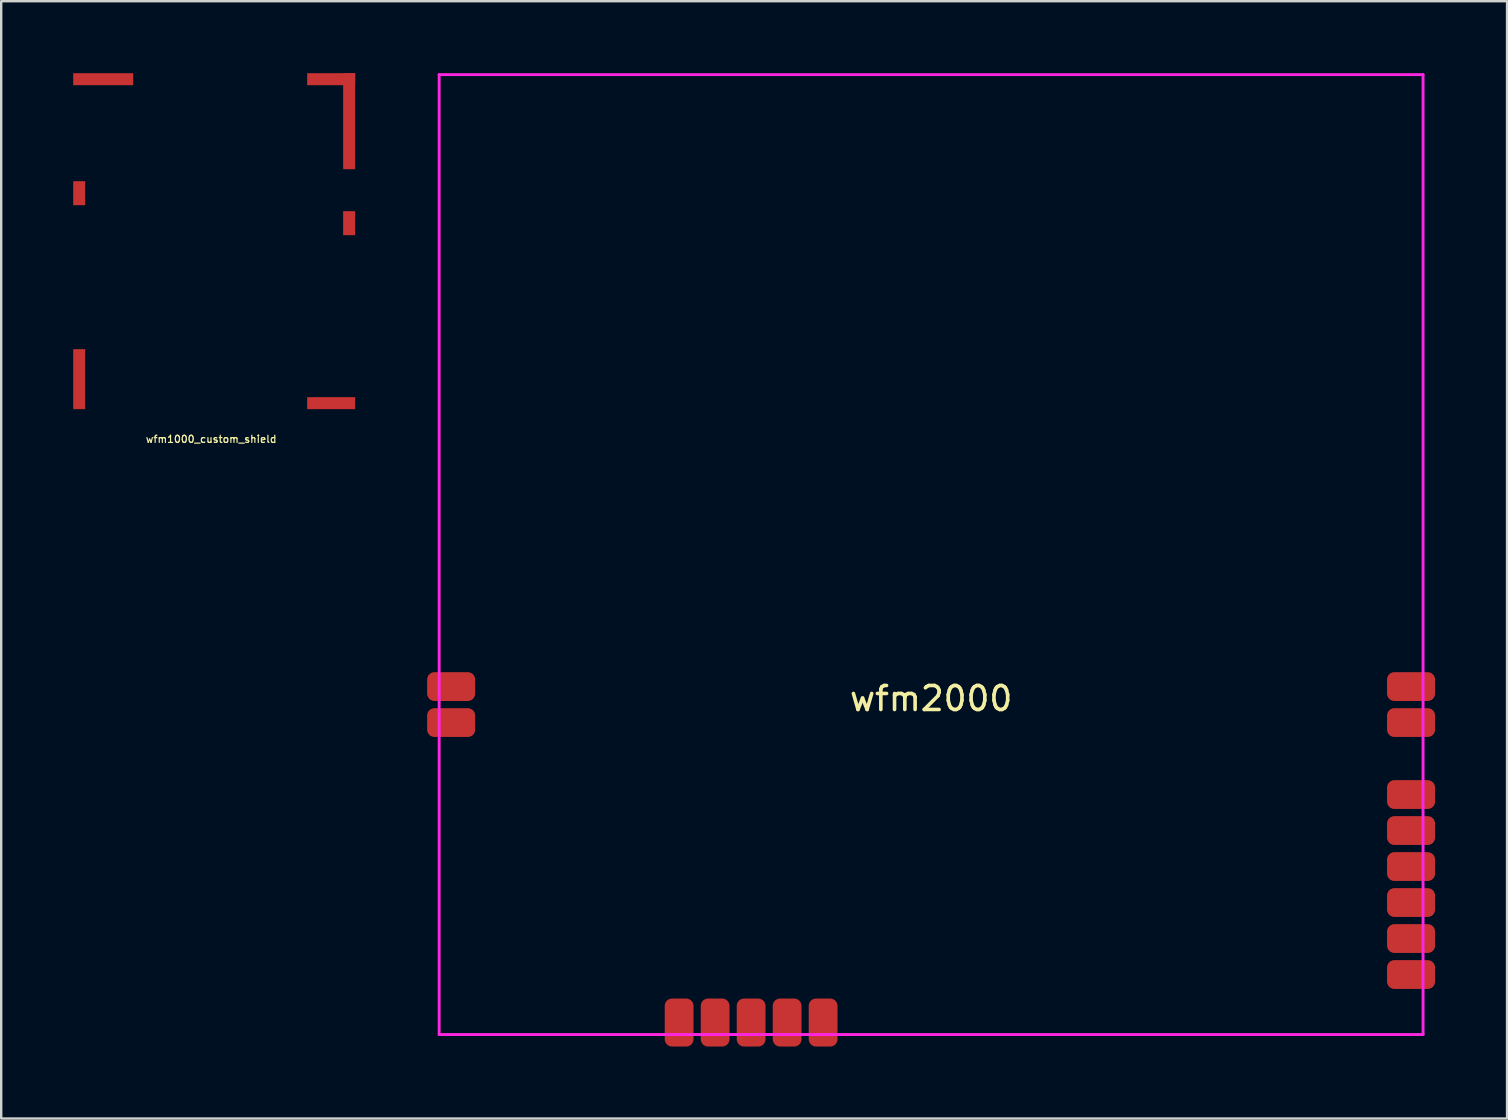
<source format=kicad_pcb>
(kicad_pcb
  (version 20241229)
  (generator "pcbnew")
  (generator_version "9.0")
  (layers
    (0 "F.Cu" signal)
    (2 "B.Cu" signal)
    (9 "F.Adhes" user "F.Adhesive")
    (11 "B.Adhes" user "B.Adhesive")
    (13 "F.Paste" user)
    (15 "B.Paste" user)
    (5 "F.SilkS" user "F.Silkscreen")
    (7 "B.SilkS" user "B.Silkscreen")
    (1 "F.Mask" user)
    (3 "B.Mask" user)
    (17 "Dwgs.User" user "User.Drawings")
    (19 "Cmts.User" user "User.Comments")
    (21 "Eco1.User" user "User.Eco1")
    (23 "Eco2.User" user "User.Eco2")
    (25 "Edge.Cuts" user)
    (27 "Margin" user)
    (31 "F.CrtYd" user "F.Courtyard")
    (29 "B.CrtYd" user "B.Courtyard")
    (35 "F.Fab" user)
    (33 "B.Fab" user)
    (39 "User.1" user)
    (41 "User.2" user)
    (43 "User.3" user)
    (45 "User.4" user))
  (footprint "wfm2000"
    (layer "F.Cu")
    (at 35.75 25.56)
    (property "Reference" "wfm2000" (at 0 0.5 0) (layer "F.SilkS") (effects (font (size 1 1) (thickness 0.15))))
    (attr through_hole)
    (fp_line (start -20.5 -25.5) (end -20.5 14.5) (stroke (width 0.12) (type solid)) (layer "F.CrtYd"))
    (fp_line (start -20.5 14.5) (end 20.5 14.5) (stroke (width 0.12) (type solid)) (layer "F.CrtYd"))
    (fp_line (start 20.5 -25.5) (end -20.5 -25.5) (stroke (width 0.12) (type solid)) (layer "F.CrtYd"))
    (fp_line (start 20.5 14.5) (end 20.5 -25.5) (stroke (width 0.12) (type solid)) (layer "F.CrtYd"))
    (pad "1" smd roundrect (at -20 0) (size 2 1.2) (layers "F.Cu" "F.Mask" "F.Paste") (roundrect_rratio 0.25))
    (pad "2" smd roundrect (at -20 1.5) (size 2 1.2) (layers "F.Cu" "F.Mask" "F.Paste") (roundrect_rratio 0.25))
    (pad "3" smd roundrect (at -10.5 14 90) (size 2 1.2) (layers "F.Cu" "F.Mask" "F.Paste") (roundrect_rratio 0.25))
    (pad "4" smd roundrect (at -9 14 90) (size 2 1.2) (layers "F.Cu" "F.Mask" "F.Paste") (roundrect_rratio 0.25))
    (pad "5" smd roundrect (at -7.5 14 90) (size 2 1.2) (layers "F.Cu" "F.Mask" "F.Paste") (roundrect_rratio 0.25))
    (pad "6" smd roundrect (at -6 14 90) (size 2 1.2) (layers "F.Cu" "F.Mask" "F.Paste") (roundrect_rratio 0.25))
    (pad "7" smd roundrect (at -4.5 14 90) (size 2 1.2) (layers "F.Cu" "F.Mask" "F.Paste") (roundrect_rratio 0.25))
    (pad "8" smd roundrect (at 20 12 180) (size 2 1.2) (layers "F.Cu" "F.Mask" "F.Paste") (roundrect_rratio 0.25))
    (pad "9" smd roundrect (at 20 10.5 180) (size 2 1.2) (layers "F.Cu" "F.Mask" "F.Paste") (roundrect_rratio 0.25))
    (pad "10" smd roundrect (at 20 9 180) (size 2 1.2) (layers "F.Cu" "F.Mask" "F.Paste") (roundrect_rratio 0.25))
    (pad "11" smd roundrect (at 20 7.5 180) (size 2 1.2) (layers "F.Cu" "F.Mask" "F.Paste") (roundrect_rratio 0.25))
    (pad "12" smd roundrect (at 20 6 180) (size 2 1.2) (layers "F.Cu" "F.Mask" "F.Paste") (roundrect_rratio 0.25))
    (pad "13" smd roundrect (at 20 4.5 180) (size 2 1.2) (layers "F.Cu" "F.Mask" "F.Paste") (roundrect_rratio 0.25))
    (pad "14" smd roundrect (at 20 1.5 180) (size 2 1.2) (layers "F.Cu" "F.Mask" "F.Paste") (roundrect_rratio 0.25))
    (pad "15" smd roundrect (at 20 0 180) (size 2 1.2) (layers "F.Cu" "F.Mask" "F.Paste") (roundrect_rratio 0.25)))
  (footprint "wfm1000_custom_shield"
    (layer "F.Cu")
    (at 5.875 7)
    (property "Reference" "wfm1000_custom_shield" (at -0.125 8.25 0) (layer "F.SilkS") (effects (font (size 0.3 0.3) (thickness 0.05))))
    (attr exclude_from_pos_files exclude_from_bom)
    (fp_line (start -5.625 -6.75) (end 5.625 -6.75) (stroke (width 0.35) (type solid)) (layer "Eco1.User"))
    (fp_line (start -5.625 6.75) (end -5.625 -6.75) (stroke (width 0.35) (type solid)) (layer "Eco1.User"))
    (fp_line (start 5.625 -6.75) (end 5.625 6.75) (stroke (width 0.35) (type solid)) (layer "Eco1.User"))
    (fp_line (start 5.625 6.75) (end -5.625 6.75) (stroke (width 0.35) (type solid)) (layer "Eco1.User"))
    (pad "1" smd rect (at -5.625 -2 90) (size 1 0.5) (layers "F.Cu" "F.Mask"))
    (pad "1" smd rect (at -5.625 5.75 90) (size 2.5 0.5) (layers "F.Cu" "F.Mask"))
    (pad "1" smd rect (at -4.625 -6.75 90) (size 0.5 2.5) (layers "F.Cu" "F.Mask"))
    (pad "1" smd rect (at 4.875 -6.75) (size 2 0.5) (layers "F.Cu" "F.Mask"))
    (pad "1" smd rect (at 4.875 6.75) (size 2 0.5) (layers "F.Cu" "F.Mask"))
    (pad "1" smd rect (at 5.625 -5) (size 0.5 4) (layers "F.Cu" "F.Mask"))
    (pad "1" smd rect (at 5.625 -0.75 90) (size 1 0.5) (layers "F.Cu" "F.Mask")))
  (gr_rect
    (start -3 -3)
    (end 59.75 43.56)
    (stroke (width 0.1) (type default))
    (fill no)
    (layer "Edge.Cuts")))
</source>
